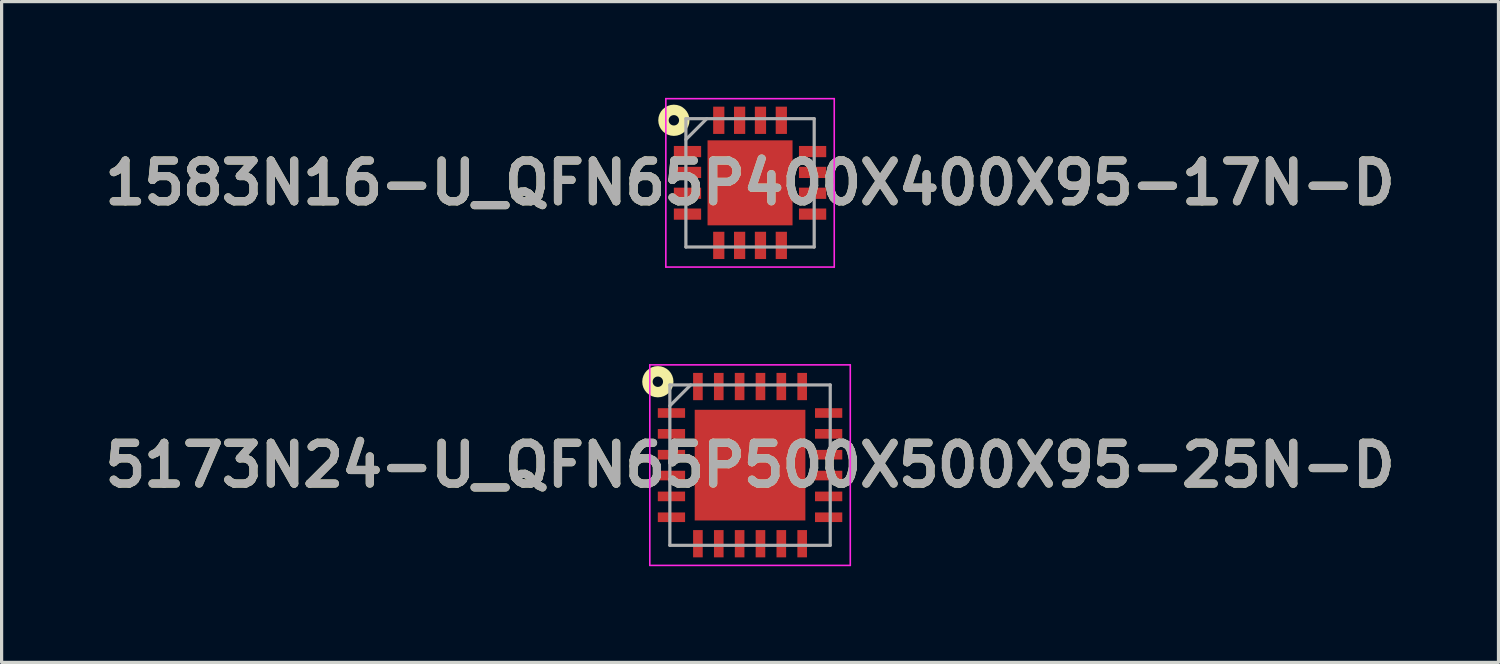
<source format=kicad_pcb>
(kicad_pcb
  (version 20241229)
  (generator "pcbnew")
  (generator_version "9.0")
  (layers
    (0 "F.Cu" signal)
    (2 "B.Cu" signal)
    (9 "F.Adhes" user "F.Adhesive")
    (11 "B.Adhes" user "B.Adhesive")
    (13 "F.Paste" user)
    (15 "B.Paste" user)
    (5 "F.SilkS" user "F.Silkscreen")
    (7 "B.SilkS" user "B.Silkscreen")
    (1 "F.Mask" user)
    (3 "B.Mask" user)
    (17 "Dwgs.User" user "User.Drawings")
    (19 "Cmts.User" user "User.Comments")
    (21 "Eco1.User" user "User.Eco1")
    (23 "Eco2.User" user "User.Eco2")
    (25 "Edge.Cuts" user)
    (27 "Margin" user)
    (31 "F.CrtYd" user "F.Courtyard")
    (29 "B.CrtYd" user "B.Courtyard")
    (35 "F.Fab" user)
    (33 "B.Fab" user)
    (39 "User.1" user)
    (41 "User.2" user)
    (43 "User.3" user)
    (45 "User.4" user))
  (footprint "5173N24-U_QFN65P500X500X95-25N-D"
    (layer "F.Cu")
    (at 20.332 11.45)
    (property "Reference" "5173N24-U_QFN65P500X500X95-25N-D" (at 0 0 0) (layer "F.SilkS") (effects (font (size 1.27 1.27) (thickness 0.254))))
    (attr smd)
    (fp_circle (center -2.874 -2.6) (end -2.874 -2.438) (stroke (width 0.325) (type solid)) (fill no) (layer "F.SilkS"))
    (fp_line (start -3.125 -3.125) (end 3.125 -3.125) (stroke (width 0.05) (type solid)) (layer "F.CrtYd"))
    (fp_line (start -3.125 3.125) (end -3.125 -3.125) (stroke (width 0.05) (type solid)) (layer "F.CrtYd"))
    (fp_line (start 3.125 -3.125) (end 3.125 3.125) (stroke (width 0.05) (type solid)) (layer "F.CrtYd"))
    (fp_line (start 3.125 3.125) (end -3.125 3.125) (stroke (width 0.05) (type solid)) (layer "F.CrtYd"))
    (fp_line (start -2.5 -2.5) (end 2.5 -2.5) (stroke (width 0.1) (type solid)) (layer "F.Fab"))
    (fp_line (start -2.5 -1.85) (end -1.85 -2.5) (stroke (width 0.1) (type solid)) (layer "F.Fab"))
    (fp_line (start -2.5 2.5) (end -2.5 -2.5) (stroke (width 0.1) (type solid)) (layer "F.Fab"))
    (fp_line (start 2.5 -2.5) (end 2.5 2.5) (stroke (width 0.1) (type solid)) (layer "F.Fab"))
    (fp_line (start 2.5 2.5) (end -2.5 2.5) (stroke (width 0.1) (type solid)) (layer "F.Fab"))
    (fp_text user "${REFERENCE}" (at 0 0 0) (layer "F.Fab") (effects (font (size 1.27 1.27) (thickness 0.254))))
    (pad "1" smd rect (at -2.45 -1.625 90) (size 0.3 0.85) (layers "F.Cu" "F.Mask" "F.Paste"))
    (pad "2" smd rect (at -2.45 -0.975 90) (size 0.3 0.85) (layers "F.Cu" "F.Mask" "F.Paste"))
    (pad "3" smd rect (at -2.45 -0.325 90) (size 0.3 0.85) (layers "F.Cu" "F.Mask" "F.Paste"))
    (pad "4" smd rect (at -2.45 0.325 90) (size 0.3 0.85) (layers "F.Cu" "F.Mask" "F.Paste"))
    (pad "5" smd rect (at -2.45 0.975 90) (size 0.3 0.85) (layers "F.Cu" "F.Mask" "F.Paste"))
    (pad "6" smd rect (at -2.45 1.625 90) (size 0.3 0.85) (layers "F.Cu" "F.Mask" "F.Paste"))
    (pad "7" smd rect (at -1.625 2.45) (size 0.3 0.85) (layers "F.Cu" "F.Mask" "F.Paste"))
    (pad "8" smd rect (at -0.975 2.45) (size 0.3 0.85) (layers "F.Cu" "F.Mask" "F.Paste"))
    (pad "9" smd rect (at -0.325 2.45) (size 0.3 0.85) (layers "F.Cu" "F.Mask" "F.Paste"))
    (pad "10" smd rect (at 0.325 2.45) (size 0.3 0.85) (layers "F.Cu" "F.Mask" "F.Paste"))
    (pad "11" smd rect (at 0.975 2.45) (size 0.3 0.85) (layers "F.Cu" "F.Mask" "F.Paste"))
    (pad "12" smd rect (at 1.625 2.45) (size 0.3 0.85) (layers "F.Cu" "F.Mask" "F.Paste"))
    (pad "13" smd rect (at 2.45 1.625 90) (size 0.3 0.85) (layers "F.Cu" "F.Mask" "F.Paste"))
    (pad "14" smd rect (at 2.45 0.975 90) (size 0.3 0.85) (layers "F.Cu" "F.Mask" "F.Paste"))
    (pad "15" smd rect (at 2.45 0.325 90) (size 0.3 0.85) (layers "F.Cu" "F.Mask" "F.Paste"))
    (pad "16" smd rect (at 2.45 -0.325 90) (size 0.3 0.85) (layers "F.Cu" "F.Mask" "F.Paste"))
    (pad "17" smd rect (at 2.45 -0.975 90) (size 0.3 0.85) (layers "F.Cu" "F.Mask" "F.Paste"))
    (pad "18" smd rect (at 2.45 -1.625 90) (size 0.3 0.85) (layers "F.Cu" "F.Mask" "F.Paste"))
    (pad "19" smd rect (at 1.625 -2.45) (size 0.3 0.85) (layers "F.Cu" "F.Mask" "F.Paste"))
    (pad "20" smd rect (at 0.975 -2.45) (size 0.3 0.85) (layers "F.Cu" "F.Mask" "F.Paste"))
    (pad "21" smd rect (at 0.325 -2.45) (size 0.3 0.85) (layers "F.Cu" "F.Mask" "F.Paste"))
    (pad "22" smd rect (at -0.325 -2.45) (size 0.3 0.85) (layers "F.Cu" "F.Mask" "F.Paste"))
    (pad "23" smd rect (at -0.975 -2.45) (size 0.3 0.85) (layers "F.Cu" "F.Mask" "F.Paste"))
    (pad "24" smd rect (at -1.625 -2.45) (size 0.3 0.85) (layers "F.Cu" "F.Mask" "F.Paste"))
    (pad "25" smd rect (at 0 0) (size 3.45 3.45) (layers "F.Cu" "F.Mask" "F.Paste")))
  (footprint "1583N16-U_QFN65P400X400X95-17N-D"
    (layer "F.Cu")
    (at 20.332 2.65)
    (property "Reference" "1583N16-U_QFN65P400X400X95-17N-D" (at 0 0 0) (layer "F.SilkS") (effects (font (size 1.27 1.27) (thickness 0.254))))
    (attr smd)
    (fp_circle (center -2.374 -1.95) (end -2.374 -1.788) (stroke (width 0.325) (type solid)) (fill no) (layer "F.SilkS"))
    (fp_line (start -2.625 -2.625) (end 2.625 -2.625) (stroke (width 0.05) (type solid)) (layer "F.CrtYd"))
    (fp_line (start -2.625 2.625) (end -2.625 -2.625) (stroke (width 0.05) (type solid)) (layer "F.CrtYd"))
    (fp_line (start 2.625 -2.625) (end 2.625 2.625) (stroke (width 0.05) (type solid)) (layer "F.CrtYd"))
    (fp_line (start 2.625 2.625) (end -2.625 2.625) (stroke (width 0.05) (type solid)) (layer "F.CrtYd"))
    (fp_line (start -2 -2) (end 2 -2) (stroke (width 0.1) (type solid)) (layer "F.Fab"))
    (fp_line (start -2 -1.35) (end -1.35 -2) (stroke (width 0.1) (type solid)) (layer "F.Fab"))
    (fp_line (start -2 2) (end -2 -2) (stroke (width 0.1) (type solid)) (layer "F.Fab"))
    (fp_line (start 2 -2) (end 2 2) (stroke (width 0.1) (type solid)) (layer "F.Fab"))
    (fp_line (start 2 2) (end -2 2) (stroke (width 0.1) (type solid)) (layer "F.Fab"))
    (fp_text user "${REFERENCE}" (at 0 0 0) (layer "F.Fab") (effects (font (size 1.27 1.27) (thickness 0.254))))
    (pad "1" smd rect (at -1.95 -0.975 90) (size 0.35 0.85) (layers "F.Cu" "F.Mask" "F.Paste"))
    (pad "2" smd rect (at -1.95 -0.325 90) (size 0.35 0.85) (layers "F.Cu" "F.Mask" "F.Paste"))
    (pad "3" smd rect (at -1.95 0.325 90) (size 0.35 0.85) (layers "F.Cu" "F.Mask" "F.Paste"))
    (pad "4" smd rect (at -1.95 0.975 90) (size 0.35 0.85) (layers "F.Cu" "F.Mask" "F.Paste"))
    (pad "5" smd rect (at -0.975 1.95) (size 0.35 0.85) (layers "F.Cu" "F.Mask" "F.Paste"))
    (pad "6" smd rect (at -0.325 1.95) (size 0.35 0.85) (layers "F.Cu" "F.Mask" "F.Paste"))
    (pad "7" smd rect (at 0.325 1.95) (size 0.35 0.85) (layers "F.Cu" "F.Mask" "F.Paste"))
    (pad "8" smd rect (at 0.975 1.95) (size 0.35 0.85) (layers "F.Cu" "F.Mask" "F.Paste"))
    (pad "9" smd rect (at 1.95 0.975 90) (size 0.35 0.85) (layers "F.Cu" "F.Mask" "F.Paste"))
    (pad "10" smd rect (at 1.95 0.325 90) (size 0.35 0.85) (layers "F.Cu" "F.Mask" "F.Paste"))
    (pad "11" smd rect (at 1.95 -0.325 90) (size 0.35 0.85) (layers "F.Cu" "F.Mask" "F.Paste"))
    (pad "12" smd rect (at 1.95 -0.975 90) (size 0.35 0.85) (layers "F.Cu" "F.Mask" "F.Paste"))
    (pad "13" smd rect (at 0.975 -1.95) (size 0.35 0.85) (layers "F.Cu" "F.Mask" "F.Paste"))
    (pad "14" smd rect (at 0.325 -1.95) (size 0.35 0.85) (layers "F.Cu" "F.Mask" "F.Paste"))
    (pad "15" smd rect (at -0.325 -1.95) (size 0.35 0.85) (layers "F.Cu" "F.Mask" "F.Paste"))
    (pad "16" smd rect (at -0.975 -1.95) (size 0.35 0.85) (layers "F.Cu" "F.Mask" "F.Paste"))
    (pad "17" smd rect (at 0 0) (size 2.65 2.65) (layers "F.Cu" "F.Mask" "F.Paste")))
  (gr_rect
    (start -3 -3)
    (end 43.664 17.6)
    (stroke (width 0.1) (type default))
    (fill no)
    (layer "Edge.Cuts")))
</source>
